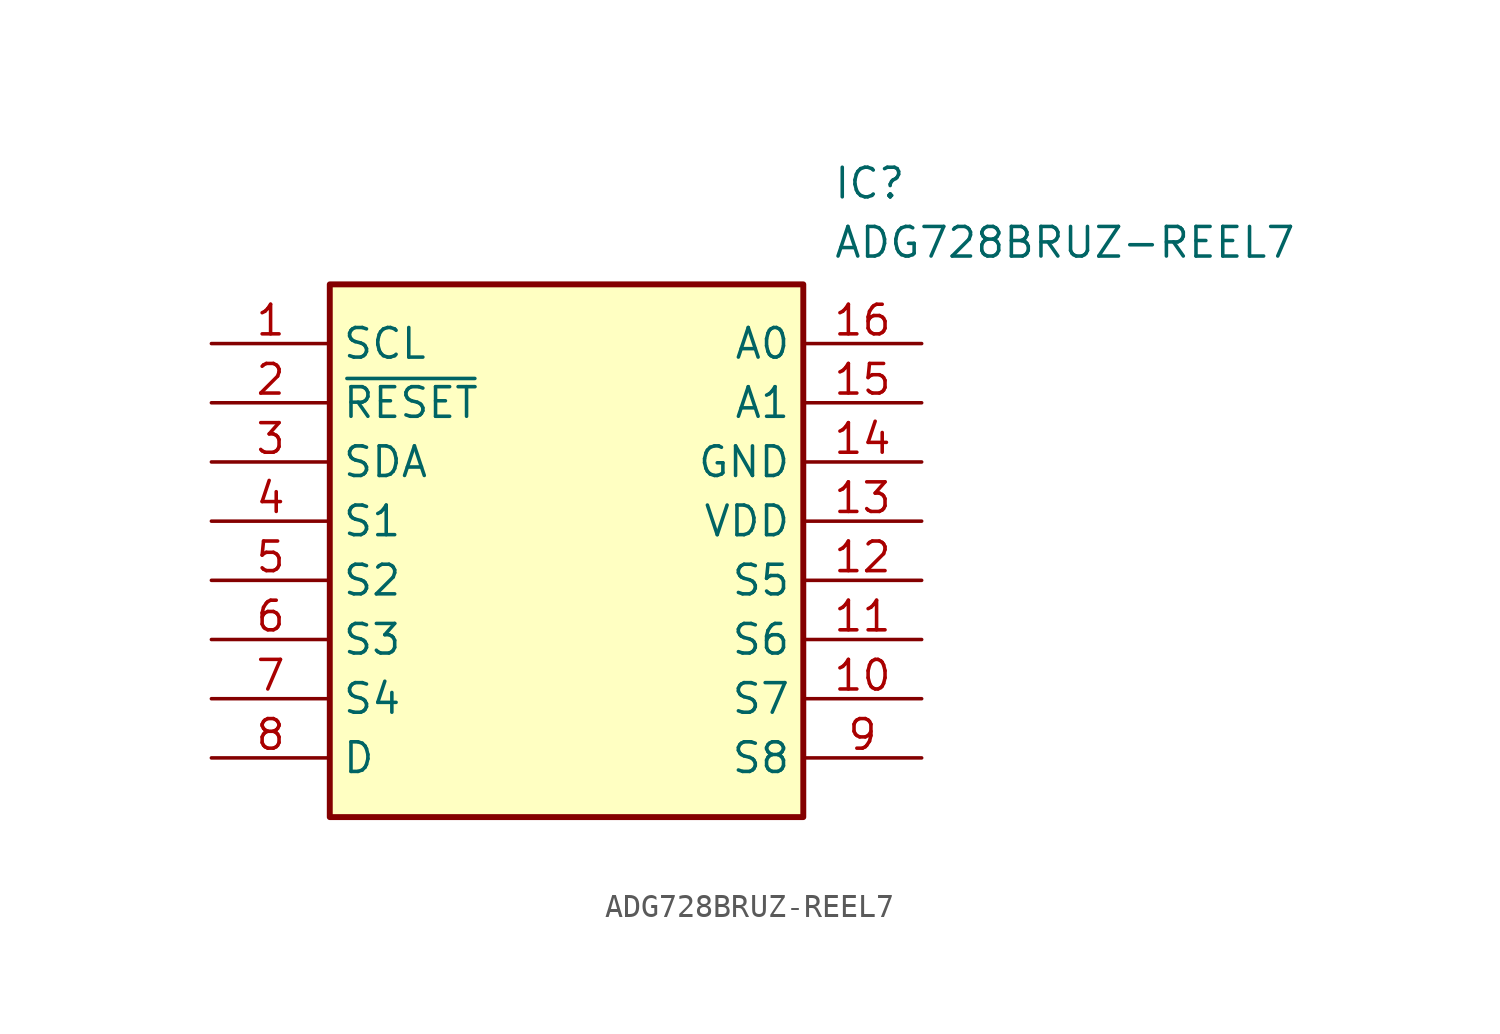
<source format=kicad_sym>
(kicad_symbol_lib
  (version 20211014)
  (generator SamacSys_ECAD_Model)
  (symbol "ADG728BRUZ-REEL7"
    (property "Reference" "IC"
      (at 26.67 7.62 0)
      (effects (font (size 1.27 1.27)) (justify left top)))
    (property "Value" "ADG728BRUZ-REEL7"
      (at 26.67 5.08 0)
      (effects (font (size 1.27 1.27)) (justify left top)))
    (rectangle
      (start 5.08 2.54)
      (end 25.4 -20.32)
      (stroke (width 0.254) (type default))
      (fill (type background)))
    (pin passive line
      (at 0 0 0)
      (length 5.08)
      (name "SCL" (effects (font (size 1.27 1.27))))
      (number "1" (effects (font (size 1.27 1.27)))))
    (pin passive line
      (at 0 -2.54 0)
      (length 5.08)
      (name "~{RESET}" (effects (font (size 1.27 1.27))))
      (number "2" (effects (font (size 1.27 1.27)))))
    (pin passive line
      (at 0 -5.08 0)
      (length 5.08)
      (name "SDA" (effects (font (size 1.27 1.27))))
      (number "3" (effects (font (size 1.27 1.27)))))
    (pin passive line
      (at 0 -7.62 0)
      (length 5.08)
      (name "S1" (effects (font (size 1.27 1.27))))
      (number "4" (effects (font (size 1.27 1.27)))))
    (pin passive line
      (at 0 -10.16 0)
      (length 5.08)
      (name "S2" (effects (font (size 1.27 1.27))))
      (number "5" (effects (font (size 1.27 1.27)))))
    (pin passive line
      (at 0 -12.7 0)
      (length 5.08)
      (name "S3" (effects (font (size 1.27 1.27))))
      (number "6" (effects (font (size 1.27 1.27)))))
    (pin passive line
      (at 0 -15.24 0)
      (length 5.08)
      (name "S4" (effects (font (size 1.27 1.27))))
      (number "7" (effects (font (size 1.27 1.27)))))
    (pin passive line
      (at 0 -17.78 0)
      (length 5.08)
      (name "D" (effects (font (size 1.27 1.27))))
      (number "8" (effects (font (size 1.27 1.27)))))
    (pin passive line
      (at 30.48 0 180)
      (length 5.08)
      (name "A0" (effects (font (size 1.27 1.27))))
      (number "16" (effects (font (size 1.27 1.27)))))
    (pin passive line
      (at 30.48 -2.54 180)
      (length 5.08)
      (name "A1" (effects (font (size 1.27 1.27))))
      (number "15" (effects (font (size 1.27 1.27)))))
    (pin passive line
      (at 30.48 -5.08 180)
      (length 5.08)
      (name "GND" (effects (font (size 1.27 1.27))))
      (number "14" (effects (font (size 1.27 1.27)))))
    (pin passive line
      (at 30.48 -7.62 180)
      (length 5.08)
      (name "VDD" (effects (font (size 1.27 1.27))))
      (number "13" (effects (font (size 1.27 1.27)))))
    (pin passive line
      (at 30.48 -10.16 180)
      (length 5.08)
      (name "S5" (effects (font (size 1.27 1.27))))
      (number "12" (effects (font (size 1.27 1.27)))))
    (pin passive line
      (at 30.48 -12.7 180)
      (length 5.08)
      (name "S6" (effects (font (size 1.27 1.27))))
      (number "11" (effects (font (size 1.27 1.27)))))
    (pin passive line
      (at 30.48 -15.24 180)
      (length 5.08)
      (name "S7" (effects (font (size 1.27 1.27))))
      (number "10" (effects (font (size 1.27 1.27)))))
    (pin passive line
      (at 30.48 -17.78 180)
      (length 5.08)
      (name "S8" (effects (font (size 1.27 1.27))))
      (number "9" (effects (font (size 1.27 1.27)))))))
</source>
